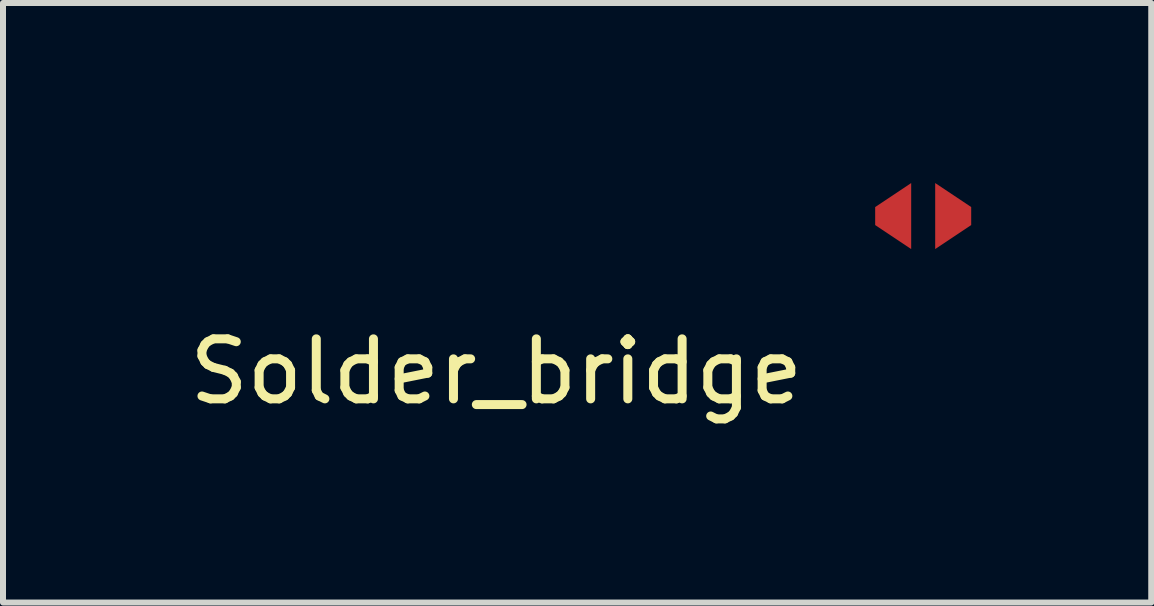
<source format=kicad_pcb>
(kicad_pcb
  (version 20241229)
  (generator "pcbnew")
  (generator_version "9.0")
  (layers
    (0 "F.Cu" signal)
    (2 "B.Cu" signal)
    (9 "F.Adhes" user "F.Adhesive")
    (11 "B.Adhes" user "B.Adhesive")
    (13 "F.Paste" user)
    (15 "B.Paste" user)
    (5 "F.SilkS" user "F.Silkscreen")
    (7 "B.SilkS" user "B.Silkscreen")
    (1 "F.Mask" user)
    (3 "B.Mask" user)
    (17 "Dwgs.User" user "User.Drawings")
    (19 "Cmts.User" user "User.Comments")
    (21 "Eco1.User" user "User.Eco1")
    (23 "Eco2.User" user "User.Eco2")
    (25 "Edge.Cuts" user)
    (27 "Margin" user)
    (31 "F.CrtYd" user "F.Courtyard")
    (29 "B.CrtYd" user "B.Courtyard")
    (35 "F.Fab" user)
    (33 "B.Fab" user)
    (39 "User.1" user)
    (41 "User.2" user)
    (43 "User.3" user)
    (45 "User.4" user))
  (footprint "Solder_bridge"
    (layer "F.Cu")
    (at 12.332 0.55)
    (property "Reference" "Solder_bridge" (at -7.112 2.591 0) (layer "F.SilkS") (effects (font (size 1 1) (thickness 0.15))))
    (attr through_hole)
    (pad "1" smd trapezoid (at -0.5 0 90) (size 0.7 0.6) (rect_delta 0 0.4) (layers "F.Cu" "F.Mask" "F.Paste"))
    (pad "2" smd trapezoid (at 0.5 0 270) (size 0.7 0.6) (rect_delta 0 0.4) (layers "F.Cu" "F.Mask" "F.Paste")))
  (gr_rect
    (start -3 -3)
    (end 16.132 6.989)
    (stroke (width 0.1) (type default))
    (fill no)
    (layer "Edge.Cuts")))
</source>
